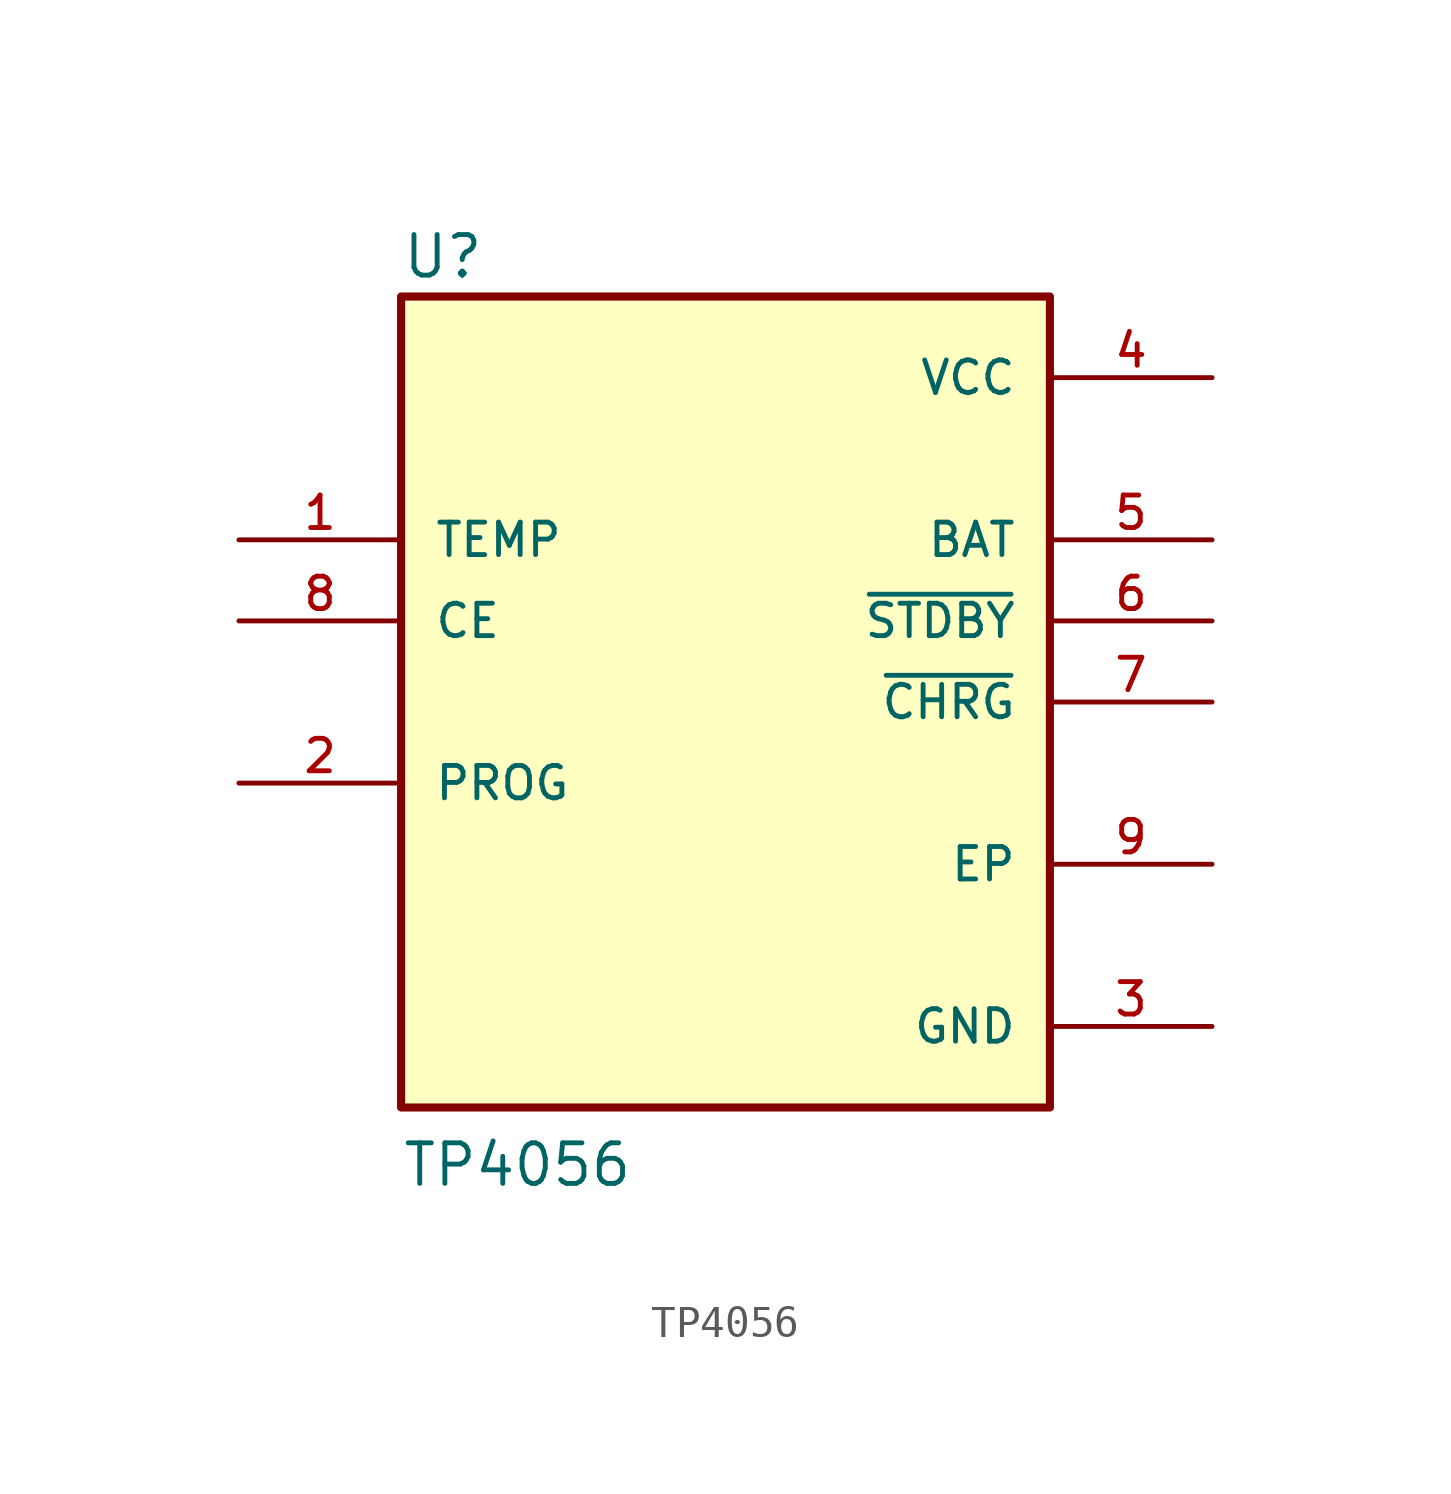
<source format=kicad_sym>
(kicad_symbol_lib
  (version 20211014)
  (generator kicad_symbol_editor)
  (symbol "TP4056"
    (pin_names
      (offset 1.016))
    (property "Reference" "U"
      (at -10.16 13.208 0)
      (effects (font (size 1.27 1.27)) (justify bottom left)))
    (property "Value" "TP4056"
      (at -10.16 -15.24 0)
      (effects (font (size 1.27 1.27)) (justify bottom left)))
    (symbol "TP4056_0_0"
      (rectangle (start -10.16 -12.7) (end 10.16 12.7) (stroke (width 0.254)) (fill (type background)))
      (pin input line (at -15.24 5.08 0) (length 5.08) (name "TEMP" (effects (font (size 1.016 1.016)))) (number "1" (effects (font (size 1.016 1.016)))))
      (pin bidirectional line (at -15.24 -2.54 0) (length 5.08) (name "PROG" (effects (font (size 1.016 1.016)))) (number "2" (effects (font (size 1.016 1.016)))))
      (pin power_in line (at 15.24 -10.16 180.0) (length 5.08) (name "GND" (effects (font (size 1.016 1.016)))) (number "3" (effects (font (size 1.016 1.016)))))
      (pin power_in line (at 15.24 10.16 180.0) (length 5.08) (name "VCC" (effects (font (size 1.016 1.016)))) (number "4" (effects (font (size 1.016 1.016)))))
      (pin output line (at 15.24 5.08 180.0) (length 5.08) (name "BAT" (effects (font (size 1.016 1.016)))) (number "5" (effects (font (size 1.016 1.016)))))
      (pin output line (at 15.24 2.54 180.0) (length 5.08) (name "~{STDBY}" (effects (font (size 1.016 1.016)))) (number "6" (effects (font (size 1.016 1.016)))))
      (pin output line (at 15.24 0.0 180.0) (length 5.08) (name "~{CHRG}" (effects (font (size 1.016 1.016)))) (number "7" (effects (font (size 1.016 1.016)))))
      (pin input line (at -15.24 2.54 0) (length 5.08) (name "CE" (effects (font (size 1.016 1.016)))) (number "8" (effects (font (size 1.016 1.016)))))
      (pin passive line (at 15.24 -5.08 180.0) (length 5.08) (name "EP" (effects (font (size 1.016 1.016)))) (number "9" (effects (font (size 1.016 1.016))))))))
</source>
